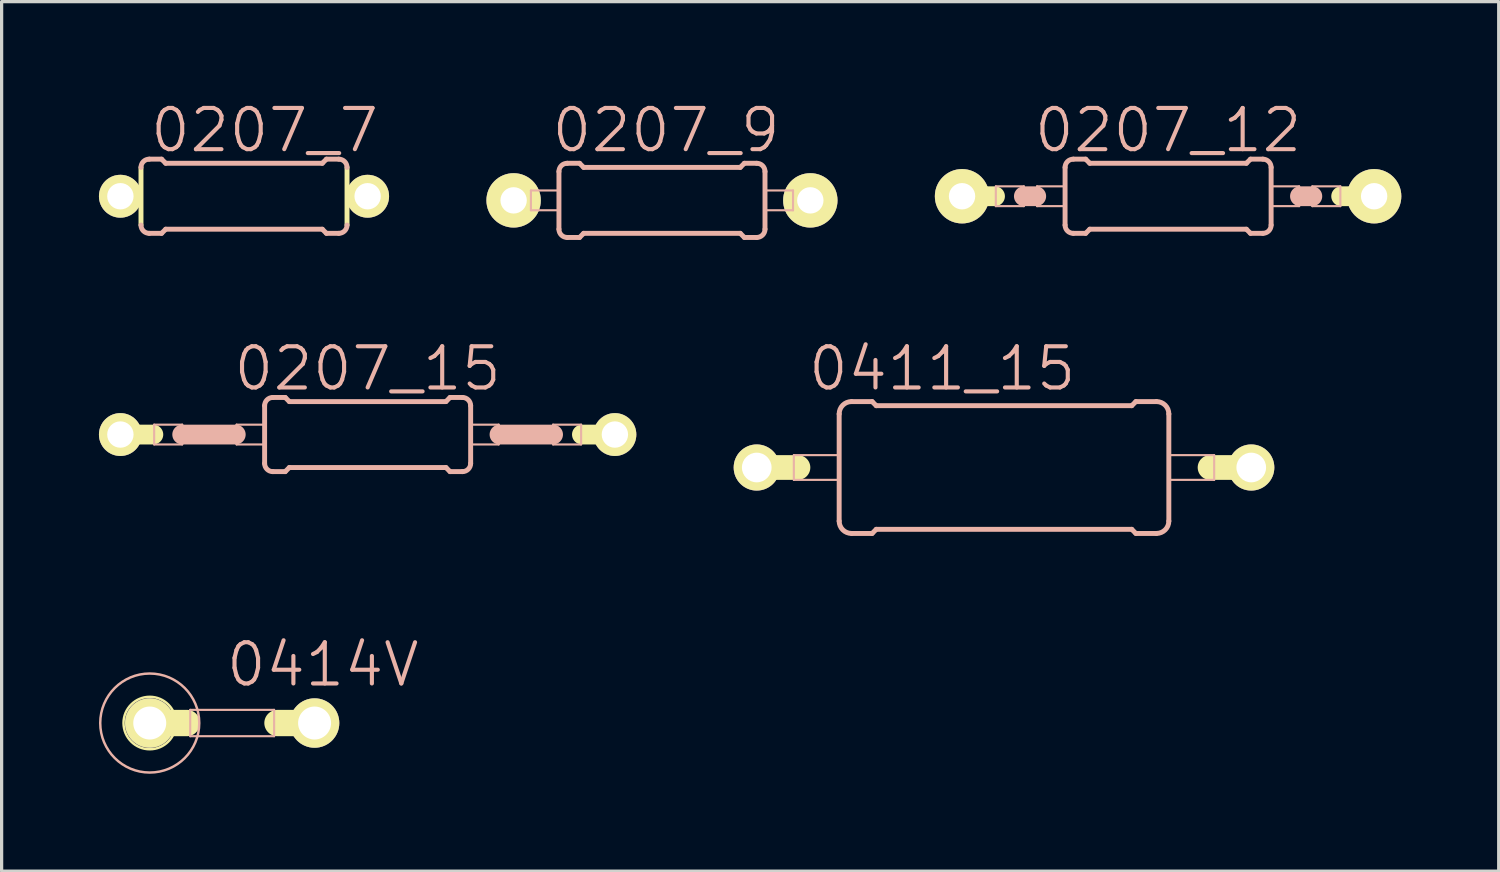
<source format=kicad_pcb>
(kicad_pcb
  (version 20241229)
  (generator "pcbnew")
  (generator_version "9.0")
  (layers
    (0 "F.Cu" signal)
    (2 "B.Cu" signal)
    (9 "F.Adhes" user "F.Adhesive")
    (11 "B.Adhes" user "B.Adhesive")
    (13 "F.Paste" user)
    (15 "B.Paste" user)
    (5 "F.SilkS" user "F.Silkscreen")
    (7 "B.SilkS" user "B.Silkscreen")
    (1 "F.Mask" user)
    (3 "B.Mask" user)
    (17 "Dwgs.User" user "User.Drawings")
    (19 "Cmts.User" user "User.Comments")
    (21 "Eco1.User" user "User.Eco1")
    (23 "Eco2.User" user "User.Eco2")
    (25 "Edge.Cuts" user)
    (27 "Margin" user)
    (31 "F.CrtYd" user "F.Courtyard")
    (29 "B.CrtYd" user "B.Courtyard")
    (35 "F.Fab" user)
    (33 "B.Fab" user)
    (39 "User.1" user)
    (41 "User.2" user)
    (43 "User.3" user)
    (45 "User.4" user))
  (footprint "0207_15"
    (layer "F.Cu")
    (at 8.28 10.342)
    (property "Reference" "0207_15" (at 0 -2.032 0) (layer "B.SilkS") (effects (font (size 1.27 1.27) (thickness 0.127))))
    (attr exclude_from_pos_files exclude_from_bom)
    (fp_line (start -7.62 0) (end -6.604 0) (stroke (width 0.61) (type solid)) (layer "F.SilkS"))
    (fp_line (start 7.62 0) (end 6.604 0) (stroke (width 0.61) (type solid)) (layer "F.SilkS"))
    (fp_line (start -6.579 -0.305) (end -5.715 -0.305) (stroke (width 0.066) (type solid)) (layer "B.SilkS"))
    (fp_line (start -6.579 0.305) (end -6.579 -0.305) (stroke (width 0.066) (type solid)) (layer "B.SilkS"))
    (fp_line (start -6.579 0.305) (end -5.715 0.305) (stroke (width 0.066) (type solid)) (layer "B.SilkS"))
    (fp_line (start -5.715 0) (end -4.064 0) (stroke (width 0.61) (type solid)) (layer "B.SilkS"))
    (fp_line (start -5.715 0.305) (end -5.715 -0.305) (stroke (width 0.066) (type solid)) (layer "B.SilkS"))
    (fp_line (start -4.039 -0.305) (end -3.175 -0.305) (stroke (width 0.066) (type solid)) (layer "B.SilkS"))
    (fp_line (start -4.039 0.305) (end -4.039 -0.305) (stroke (width 0.066) (type solid)) (layer "B.SilkS"))
    (fp_line (start -4.039 0.305) (end -3.175 0.305) (stroke (width 0.066) (type solid)) (layer "B.SilkS"))
    (fp_line (start -3.175 0.305) (end -3.175 -0.305) (stroke (width 0.066) (type solid)) (layer "B.SilkS"))
    (fp_line (start -3.175 0.889) (end -3.175 -0.889) (stroke (width 0.152) (type solid)) (layer "B.SilkS"))
    (fp_line (start -2.921 -1.143) (end -2.54 -1.143) (stroke (width 0.152) (type solid)) (layer "B.SilkS"))
    (fp_line (start -2.921 1.143) (end -2.54 1.143) (stroke (width 0.152) (type solid)) (layer "B.SilkS"))
    (fp_line (start -2.413 -1.016) (end -2.54 -1.143) (stroke (width 0.152) (type solid)) (layer "B.SilkS"))
    (fp_line (start -2.413 1.016) (end -2.54 1.143) (stroke (width 0.152) (type solid)) (layer "B.SilkS"))
    (fp_line (start 2.413 -1.016) (end -2.413 -1.016) (stroke (width 0.152) (type solid)) (layer "B.SilkS"))
    (fp_line (start 2.413 -1.016) (end 2.54 -1.143) (stroke (width 0.152) (type solid)) (layer "B.SilkS"))
    (fp_line (start 2.413 1.016) (end -2.413 1.016) (stroke (width 0.152) (type solid)) (layer "B.SilkS"))
    (fp_line (start 2.413 1.016) (end 2.54 1.143) (stroke (width 0.152) (type solid)) (layer "B.SilkS"))
    (fp_line (start 2.921 -1.143) (end 2.54 -1.143) (stroke (width 0.152) (type solid)) (layer "B.SilkS"))
    (fp_line (start 2.921 1.143) (end 2.54 1.143) (stroke (width 0.152) (type solid)) (layer "B.SilkS"))
    (fp_line (start 3.175 -0.305) (end 4.039 -0.305) (stroke (width 0.066) (type solid)) (layer "B.SilkS"))
    (fp_line (start 3.175 0.305) (end 3.175 -0.305) (stroke (width 0.066) (type solid)) (layer "B.SilkS"))
    (fp_line (start 3.175 0.305) (end 4.039 0.305) (stroke (width 0.066) (type solid)) (layer "B.SilkS"))
    (fp_line (start 3.175 0.889) (end 3.175 -0.889) (stroke (width 0.152) (type solid)) (layer "B.SilkS"))
    (fp_line (start 4.039 0.305) (end 4.039 -0.305) (stroke (width 0.066) (type solid)) (layer "B.SilkS"))
    (fp_line (start 5.715 -0.305) (end 6.579 -0.305) (stroke (width 0.066) (type solid)) (layer "B.SilkS"))
    (fp_line (start 5.715 0) (end 4.064 0) (stroke (width 0.61) (type solid)) (layer "B.SilkS"))
    (fp_line (start 5.715 0.305) (end 5.715 -0.305) (stroke (width 0.066) (type solid)) (layer "B.SilkS"))
    (fp_line (start 5.715 0.305) (end 6.579 0.305) (stroke (width 0.066) (type solid)) (layer "B.SilkS"))
    (fp_line (start 6.579 0.305) (end 6.579 -0.305) (stroke (width 0.066) (type solid)) (layer "B.SilkS"))
    (fp_arc (start -3.175 -0.889) (mid -3.100605 -1.068605) (end -2.921 -1.143) (stroke (width 0.1524) (type solid)) (layer "B.SilkS"))
    (fp_arc (start -2.921 1.143) (mid -3.100605 1.068605) (end -3.175 0.889) (stroke (width 0.1524) (type solid)) (layer "B.SilkS"))
    (fp_arc (start 2.921 -1.143) (mid 3.100605 -1.068605) (end 3.175 -0.889) (stroke (width 0.1524) (type solid)) (layer "B.SilkS"))
    (fp_arc (start 3.175 0.889) (mid 3.100605 1.068605) (end 2.921 1.143) (stroke (width 0.1524) (type solid)) (layer "B.SilkS"))
    (pad "1" thru_hole circle (at -7.62 0) (size 1.321 1.321) (drill 0.813) (layers "*.Cu" "F.Mask" "F.SilkS" "F.Paste"))
    (pad "2" thru_hole circle (at 7.62 0) (size 1.321 1.321) (drill 0.813) (layers "*.Cu" "F.Mask" "F.SilkS" "F.Paste")))
  (footprint "0207_12"
    (layer "F.Cu")
    (at 32.949 2.998)
    (property "Reference" "0207_12" (at 0 -2.032 0) (layer "B.SilkS") (effects (font (size 1.27 1.27) (thickness 0.127))))
    (attr exclude_from_pos_files exclude_from_bom)
    (fp_line (start -6.35 0) (end -5.334 0) (stroke (width 0.61) (type solid)) (layer "F.SilkS"))
    (fp_line (start 6.35 0) (end 5.334 0) (stroke (width 0.61) (type solid)) (layer "F.SilkS"))
    (fp_line (start -5.309 -0.305) (end -4.445 -0.305) (stroke (width 0.066) (type solid)) (layer "B.SilkS"))
    (fp_line (start -5.309 0.305) (end -5.309 -0.305) (stroke (width 0.066) (type solid)) (layer "B.SilkS"))
    (fp_line (start -5.309 0.305) (end -4.445 0.305) (stroke (width 0.066) (type solid)) (layer "B.SilkS"))
    (fp_line (start -4.445 0) (end -4.064 0) (stroke (width 0.61) (type solid)) (layer "B.SilkS"))
    (fp_line (start -4.445 0.305) (end -4.445 -0.305) (stroke (width 0.066) (type solid)) (layer "B.SilkS"))
    (fp_line (start -4.039 -0.305) (end -3.175 -0.305) (stroke (width 0.066) (type solid)) (layer "B.SilkS"))
    (fp_line (start -4.039 0.305) (end -4.039 -0.305) (stroke (width 0.066) (type solid)) (layer "B.SilkS"))
    (fp_line (start -4.039 0.305) (end -3.175 0.305) (stroke (width 0.066) (type solid)) (layer "B.SilkS"))
    (fp_line (start -3.175 0.305) (end -3.175 -0.305) (stroke (width 0.066) (type solid)) (layer "B.SilkS"))
    (fp_line (start -3.175 0.889) (end -3.175 -0.889) (stroke (width 0.152) (type solid)) (layer "B.SilkS"))
    (fp_line (start -2.921 -1.143) (end -2.54 -1.143) (stroke (width 0.152) (type solid)) (layer "B.SilkS"))
    (fp_line (start -2.921 1.143) (end -2.54 1.143) (stroke (width 0.152) (type solid)) (layer "B.SilkS"))
    (fp_line (start -2.413 -1.016) (end -2.54 -1.143) (stroke (width 0.152) (type solid)) (layer "B.SilkS"))
    (fp_line (start -2.413 1.016) (end -2.54 1.143) (stroke (width 0.152) (type solid)) (layer "B.SilkS"))
    (fp_line (start 2.413 -1.016) (end -2.413 -1.016) (stroke (width 0.152) (type solid)) (layer "B.SilkS"))
    (fp_line (start 2.413 -1.016) (end 2.54 -1.143) (stroke (width 0.152) (type solid)) (layer "B.SilkS"))
    (fp_line (start 2.413 1.016) (end -2.413 1.016) (stroke (width 0.152) (type solid)) (layer "B.SilkS"))
    (fp_line (start 2.413 1.016) (end 2.54 1.143) (stroke (width 0.152) (type solid)) (layer "B.SilkS"))
    (fp_line (start 2.921 -1.143) (end 2.54 -1.143) (stroke (width 0.152) (type solid)) (layer "B.SilkS"))
    (fp_line (start 2.921 1.143) (end 2.54 1.143) (stroke (width 0.152) (type solid)) (layer "B.SilkS"))
    (fp_line (start 3.175 -0.305) (end 4.039 -0.305) (stroke (width 0.066) (type solid)) (layer "B.SilkS"))
    (fp_line (start 3.175 0.305) (end 3.175 -0.305) (stroke (width 0.066) (type solid)) (layer "B.SilkS"))
    (fp_line (start 3.175 0.305) (end 4.039 0.305) (stroke (width 0.066) (type solid)) (layer "B.SilkS"))
    (fp_line (start 3.175 0.889) (end 3.175 -0.889) (stroke (width 0.152) (type solid)) (layer "B.SilkS"))
    (fp_line (start 4.039 0.305) (end 4.039 -0.305) (stroke (width 0.066) (type solid)) (layer "B.SilkS"))
    (fp_line (start 4.445 -0.305) (end 5.309 -0.305) (stroke (width 0.066) (type solid)) (layer "B.SilkS"))
    (fp_line (start 4.445 0) (end 4.064 0) (stroke (width 0.61) (type solid)) (layer "B.SilkS"))
    (fp_line (start 4.445 0.305) (end 4.445 -0.305) (stroke (width 0.066) (type solid)) (layer "B.SilkS"))
    (fp_line (start 4.445 0.305) (end 5.309 0.305) (stroke (width 0.066) (type solid)) (layer "B.SilkS"))
    (fp_line (start 5.309 0.305) (end 5.309 -0.305) (stroke (width 0.066) (type solid)) (layer "B.SilkS"))
    (fp_arc (start -3.175 -0.889) (mid -3.100605 -1.068605) (end -2.921 -1.143) (stroke (width 0.1524) (type solid)) (layer "B.SilkS"))
    (fp_arc (start -2.921 1.143) (mid -3.100605 1.068605) (end -3.175 0.889) (stroke (width 0.1524) (type solid)) (layer "B.SilkS"))
    (fp_arc (start 2.921 -1.143) (mid 3.100605 -1.068605) (end 3.175 -0.889) (stroke (width 0.1524) (type solid)) (layer "B.SilkS"))
    (fp_arc (start 3.175 0.889) (mid 3.100605 1.068605) (end 2.921 1.143) (stroke (width 0.1524) (type solid)) (layer "B.SilkS"))
    (pad "1" thru_hole circle (at -6.35 0) (size 1.676 1.676) (drill 0.813) (layers "*.Cu" "F.Mask" "F.SilkS" "F.Paste"))
    (pad "2" thru_hole circle (at 6.35 0) (size 1.676 1.676) (drill 0.813) (layers "*.Cu" "F.Mask" "F.SilkS" "F.Paste")))
  (footprint "0414V"
    (layer "F.Cu")
    (at 4.105 19.233)
    (property "Reference" "0414V" (at 2.794 -1.801 0) (layer "B.SilkS") (effects (font (size 1.27 1.27) (thickness 0.127))))
    (attr exclude_from_pos_files exclude_from_bom)
    (fp_line (start -2.54 0) (end -1.397 0) (stroke (width 0.813) (type solid)) (layer "F.SilkS"))
    (fp_line (start 2.54 0) (end 1.397 0) (stroke (width 0.813) (type solid)) (layer "F.SilkS"))
    (fp_circle (center -2.54 0) (end -3.111 0.572) (stroke (width 0.076) (type solid)) (fill no) (layer "F.SilkS"))
    (fp_line (start -1.293 -0.406) (end 1.293 -0.406) (stroke (width 0.066) (type solid)) (layer "B.SilkS"))
    (fp_line (start -1.293 0.406) (end -1.293 -0.406) (stroke (width 0.066) (type solid)) (layer "B.SilkS"))
    (fp_line (start -1.293 0.406) (end 1.293 0.406) (stroke (width 0.066) (type solid)) (layer "B.SilkS"))
    (fp_line (start 1.293 0.406) (end 1.293 -0.406) (stroke (width 0.066) (type solid)) (layer "B.SilkS"))
    (fp_circle (center -2.54 0) (end -3.619 1.079) (stroke (width 0.076) (type solid)) (fill no) (layer "B.SilkS"))
    (pad "1" thru_hole circle (at -2.54 0) (size 1.524 1.524) (drill 1.016) (layers "*.Cu" "F.Mask" "F.SilkS" "F.Paste"))
    (pad "2" thru_hole circle (at 2.54 0) (size 1.524 1.524) (drill 1.016) (layers "*.Cu" "F.Mask" "F.SilkS" "F.Paste")))
  (footprint "0207_7"
    (layer "F.Cu")
    (at 4.47 2.998)
    (property "Reference" "0207_7" (at 0.635 -2.032 0) (layer "B.SilkS") (effects (font (size 1.27 1.27) (thickness 0.127))))
    (attr exclude_from_pos_files exclude_from_bom)
    (fp_line (start -3.81 0) (end -3.429 0) (stroke (width 0.61) (type solid)) (layer "F.SilkS"))
    (fp_line (start -3.429 -0.305) (end -3.175 -0.305) (stroke (width 0.066) (type solid)) (layer "F.SilkS"))
    (fp_line (start -3.429 0.305) (end -3.429 -0.305) (stroke (width 0.066) (type solid)) (layer "F.SilkS"))
    (fp_line (start -3.429 0.305) (end -3.175 0.305) (stroke (width 0.066) (type solid)) (layer "F.SilkS"))
    (fp_line (start -3.175 0.305) (end -3.175 -0.305) (stroke (width 0.066) (type solid)) (layer "F.SilkS"))
    (fp_line (start -3.175 0.889) (end -3.175 -0.889) (stroke (width 0.152) (type solid)) (layer "F.SilkS"))
    (fp_line (start 3.175 -0.305) (end 3.429 -0.305) (stroke (width 0.066) (type solid)) (layer "F.SilkS"))
    (fp_line (start 3.175 0.305) (end 3.175 -0.305) (stroke (width 0.066) (type solid)) (layer "F.SilkS"))
    (fp_line (start 3.175 0.305) (end 3.429 0.305) (stroke (width 0.066) (type solid)) (layer "F.SilkS"))
    (fp_line (start 3.175 0.889) (end 3.175 -0.889) (stroke (width 0.152) (type solid)) (layer "F.SilkS"))
    (fp_line (start 3.429 0) (end 3.81 0) (stroke (width 0.61) (type solid)) (layer "F.SilkS"))
    (fp_line (start 3.429 0.305) (end 3.429 -0.305) (stroke (width 0.066) (type solid)) (layer "F.SilkS"))
    (fp_line (start -2.921 -1.143) (end -2.54 -1.143) (stroke (width 0.152) (type solid)) (layer "B.SilkS"))
    (fp_line (start -2.921 1.143) (end -2.54 1.143) (stroke (width 0.152) (type solid)) (layer "B.SilkS"))
    (fp_line (start -2.413 -1.016) (end -2.54 -1.143) (stroke (width 0.152) (type solid)) (layer "B.SilkS"))
    (fp_line (start -2.413 1.016) (end -2.54 1.143) (stroke (width 0.152) (type solid)) (layer "B.SilkS"))
    (fp_line (start 2.413 -1.016) (end -2.413 -1.016) (stroke (width 0.152) (type solid)) (layer "B.SilkS"))
    (fp_line (start 2.413 -1.016) (end 2.54 -1.143) (stroke (width 0.152) (type solid)) (layer "B.SilkS"))
    (fp_line (start 2.413 1.016) (end -2.413 1.016) (stroke (width 0.152) (type solid)) (layer "B.SilkS"))
    (fp_line (start 2.413 1.016) (end 2.54 1.143) (stroke (width 0.152) (type solid)) (layer "B.SilkS"))
    (fp_line (start 2.921 -1.143) (end 2.54 -1.143) (stroke (width 0.152) (type solid)) (layer "B.SilkS"))
    (fp_line (start 2.921 1.143) (end 2.54 1.143) (stroke (width 0.152) (type solid)) (layer "B.SilkS"))
    (fp_arc (start -3.175 -0.889) (mid -3.100605 -1.068605) (end -2.921 -1.143) (stroke (width 0.1524) (type solid)) (layer "B.SilkS"))
    (fp_arc (start -2.921 1.143) (mid -3.100605 1.068605) (end -3.175 0.889) (stroke (width 0.1524) (type solid)) (layer "B.SilkS"))
    (fp_arc (start 2.921 -1.143) (mid 3.100605 -1.068605) (end 3.175 -0.889) (stroke (width 0.1524) (type solid)) (layer "B.SilkS"))
    (fp_arc (start 3.175 0.889) (mid 3.100605 1.068605) (end 2.921 1.143) (stroke (width 0.1524) (type solid)) (layer "B.SilkS"))
    (pad "1" thru_hole circle (at -3.81 0) (size 1.321 1.321) (drill 0.813) (layers "*.Cu" "F.Mask" "F.SilkS" "F.Paste"))
    (pad "2" thru_hole circle (at 3.81 0) (size 1.321 1.321) (drill 0.813) (layers "*.Cu" "F.Mask" "F.SilkS" "F.Paste")))
  (footprint "0207_9"
    (layer "F.Cu")
    (at 17.351 3.125)
    (property "Reference" "0207_9" (at 0.127 -2.159 0) (layer "B.SilkS") (effects (font (size 1.27 1.27) (thickness 0.127))))
    (attr exclude_from_pos_files exclude_from_bom)
    (fp_line (start -4.039 -0.305) (end -3.175 -0.305) (stroke (width 0.066) (type solid)) (layer "B.SilkS"))
    (fp_line (start -4.039 0.305) (end -4.039 -0.305) (stroke (width 0.066) (type solid)) (layer "B.SilkS"))
    (fp_line (start -4.039 0.305) (end -3.175 0.305) (stroke (width 0.066) (type solid)) (layer "B.SilkS"))
    (fp_line (start -3.175 0.305) (end -3.175 -0.305) (stroke (width 0.066) (type solid)) (layer "B.SilkS"))
    (fp_line (start -3.175 0.889) (end -3.175 -0.889) (stroke (width 0.152) (type solid)) (layer "B.SilkS"))
    (fp_line (start -2.921 -1.143) (end -2.54 -1.143) (stroke (width 0.152) (type solid)) (layer "B.SilkS"))
    (fp_line (start -2.921 1.143) (end -2.54 1.143) (stroke (width 0.152) (type solid)) (layer "B.SilkS"))
    (fp_line (start -2.413 -1.016) (end -2.54 -1.143) (stroke (width 0.152) (type solid)) (layer "B.SilkS"))
    (fp_line (start -2.413 1.016) (end -2.54 1.143) (stroke (width 0.152) (type solid)) (layer "B.SilkS"))
    (fp_line (start 2.413 -1.016) (end -2.413 -1.016) (stroke (width 0.152) (type solid)) (layer "B.SilkS"))
    (fp_line (start 2.413 -1.016) (end 2.54 -1.143) (stroke (width 0.152) (type solid)) (layer "B.SilkS"))
    (fp_line (start 2.413 1.016) (end -2.413 1.016) (stroke (width 0.152) (type solid)) (layer "B.SilkS"))
    (fp_line (start 2.413 1.016) (end 2.54 1.143) (stroke (width 0.152) (type solid)) (layer "B.SilkS"))
    (fp_line (start 2.921 -1.143) (end 2.54 -1.143) (stroke (width 0.152) (type solid)) (layer "B.SilkS"))
    (fp_line (start 2.921 1.143) (end 2.54 1.143) (stroke (width 0.152) (type solid)) (layer "B.SilkS"))
    (fp_line (start 3.175 -0.305) (end 4.039 -0.305) (stroke (width 0.066) (type solid)) (layer "B.SilkS"))
    (fp_line (start 3.175 0.305) (end 3.175 -0.305) (stroke (width 0.066) (type solid)) (layer "B.SilkS"))
    (fp_line (start 3.175 0.305) (end 4.039 0.305) (stroke (width 0.066) (type solid)) (layer "B.SilkS"))
    (fp_line (start 3.175 0.889) (end 3.175 -0.889) (stroke (width 0.152) (type solid)) (layer "B.SilkS"))
    (fp_line (start 4.039 0.305) (end 4.039 -0.305) (stroke (width 0.066) (type solid)) (layer "B.SilkS"))
    (fp_arc (start -3.175 -0.889) (mid -3.100605 -1.068605) (end -2.921 -1.143) (stroke (width 0.1524) (type solid)) (layer "B.SilkS"))
    (fp_arc (start -2.921 1.143) (mid -3.100605 1.068605) (end -3.175 0.889) (stroke (width 0.1524) (type solid)) (layer "B.SilkS"))
    (fp_arc (start 2.921 -1.143) (mid 3.100605 -1.068605) (end 3.175 -0.889) (stroke (width 0.1524) (type solid)) (layer "B.SilkS"))
    (fp_arc (start 3.175 0.889) (mid 3.100605 1.068605) (end 2.921 1.143) (stroke (width 0.1524) (type solid)) (layer "B.SilkS"))
    (pad "1" thru_hole circle (at -4.572 0) (size 1.676 1.676) (drill 0.813) (layers "*.Cu" "F.Mask" "F.SilkS" "F.Paste"))
    (pad "2" thru_hole circle (at 4.572 0) (size 1.676 1.676) (drill 0.813) (layers "*.Cu" "F.Mask" "F.SilkS" "F.Paste")))
  (footprint "0411_15"
    (layer "F.Cu")
    (at 27.892 11.358)
    (property "Reference" "0411_15" (at -1.905 -3.048 0) (layer "B.SilkS") (effects (font (size 1.27 1.27) (thickness 0.127))))
    (attr exclude_from_pos_files exclude_from_bom)
    (fp_line (start -7.62 0) (end -6.35 0) (stroke (width 0.762) (type solid)) (layer "F.SilkS"))
    (fp_line (start 6.35 0) (end 7.62 0) (stroke (width 0.762) (type solid)) (layer "F.SilkS"))
    (fp_line (start -6.477 -0.381) (end -5.08 -0.381) (stroke (width 0.066) (type solid)) (layer "B.SilkS"))
    (fp_line (start -6.477 0.381) (end -6.477 -0.381) (stroke (width 0.066) (type solid)) (layer "B.SilkS"))
    (fp_line (start -6.477 0.381) (end -5.08 0.381) (stroke (width 0.066) (type solid)) (layer "B.SilkS"))
    (fp_line (start -5.08 -1.651) (end -5.08 1.651) (stroke (width 0.152) (type solid)) (layer "B.SilkS"))
    (fp_line (start -5.08 0.381) (end -5.08 -0.381) (stroke (width 0.066) (type solid)) (layer "B.SilkS"))
    (fp_line (start -4.699 -2.032) (end -4.064 -2.032) (stroke (width 0.152) (type solid)) (layer "B.SilkS"))
    (fp_line (start -4.699 2.032) (end -4.064 2.032) (stroke (width 0.152) (type solid)) (layer "B.SilkS"))
    (fp_line (start -3.937 -1.905) (end -4.064 -2.032) (stroke (width 0.152) (type solid)) (layer "B.SilkS"))
    (fp_line (start -3.937 -1.905) (end 3.937 -1.905) (stroke (width 0.152) (type solid)) (layer "B.SilkS"))
    (fp_line (start -3.937 1.905) (end -4.064 2.032) (stroke (width 0.152) (type solid)) (layer "B.SilkS"))
    (fp_line (start -3.937 1.905) (end 3.937 1.905) (stroke (width 0.152) (type solid)) (layer "B.SilkS"))
    (fp_line (start 3.937 -1.905) (end 4.064 -2.032) (stroke (width 0.152) (type solid)) (layer "B.SilkS"))
    (fp_line (start 3.937 1.905) (end 4.064 2.032) (stroke (width 0.152) (type solid)) (layer "B.SilkS"))
    (fp_line (start 4.699 -2.032) (end 4.064 -2.032) (stroke (width 0.152) (type solid)) (layer "B.SilkS"))
    (fp_line (start 4.699 2.032) (end 4.064 2.032) (stroke (width 0.152) (type solid)) (layer "B.SilkS"))
    (fp_line (start 5.08 -0.381) (end 6.477 -0.381) (stroke (width 0.066) (type solid)) (layer "B.SilkS"))
    (fp_line (start 5.08 0.381) (end 5.08 -0.381) (stroke (width 0.066) (type solid)) (layer "B.SilkS"))
    (fp_line (start 5.08 0.381) (end 6.477 0.381) (stroke (width 0.066) (type solid)) (layer "B.SilkS"))
    (fp_line (start 5.08 1.651) (end 5.08 -1.651) (stroke (width 0.152) (type solid)) (layer "B.SilkS"))
    (fp_line (start 6.477 0.381) (end 6.477 -0.381) (stroke (width 0.066) (type solid)) (layer "B.SilkS"))
    (fp_arc (start -5.08 -1.651) (mid -4.968408 -1.920408) (end -4.699 -2.032) (stroke (width 0.1524) (type solid)) (layer "B.SilkS"))
    (fp_arc (start -4.699 2.032) (mid -4.968408 1.920408) (end -5.08 1.651) (stroke (width 0.1524) (type solid)) (layer "B.SilkS"))
    (fp_arc (start 4.699 -2.032) (mid 4.968408 -1.920408) (end 5.08 -1.651) (stroke (width 0.1524) (type solid)) (layer "B.SilkS"))
    (fp_arc (start 5.08 1.651) (mid 4.968408 1.920408) (end 4.699 2.032) (stroke (width 0.1524) (type solid)) (layer "B.SilkS"))
    (pad "1" thru_hole circle (at -7.62 0) (size 1.422 1.422) (drill 0.914) (layers "*.Cu" "F.Mask" "F.SilkS" "F.Paste"))
    (pad "2" thru_hole circle (at 7.62 0) (size 1.422 1.422) (drill 0.914) (layers "*.Cu" "F.Mask" "F.SilkS" "F.Paste")))
  (gr_rect
    (start -3 -3)
    (end 43.138 23.798)
    (stroke (width 0.1) (type default))
    (fill no)
    (layer "Edge.Cuts")))
</source>
